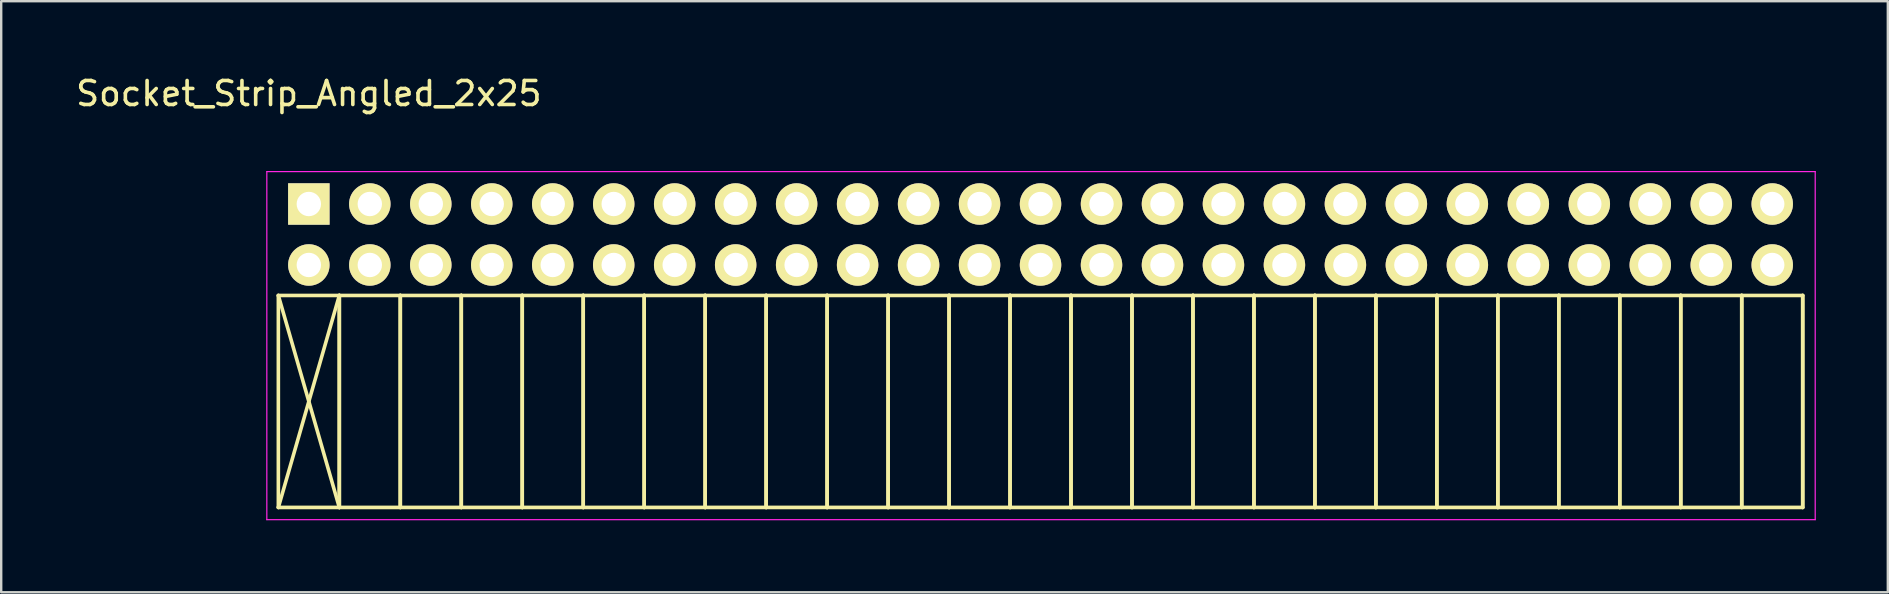
<source format=kicad_pcb>
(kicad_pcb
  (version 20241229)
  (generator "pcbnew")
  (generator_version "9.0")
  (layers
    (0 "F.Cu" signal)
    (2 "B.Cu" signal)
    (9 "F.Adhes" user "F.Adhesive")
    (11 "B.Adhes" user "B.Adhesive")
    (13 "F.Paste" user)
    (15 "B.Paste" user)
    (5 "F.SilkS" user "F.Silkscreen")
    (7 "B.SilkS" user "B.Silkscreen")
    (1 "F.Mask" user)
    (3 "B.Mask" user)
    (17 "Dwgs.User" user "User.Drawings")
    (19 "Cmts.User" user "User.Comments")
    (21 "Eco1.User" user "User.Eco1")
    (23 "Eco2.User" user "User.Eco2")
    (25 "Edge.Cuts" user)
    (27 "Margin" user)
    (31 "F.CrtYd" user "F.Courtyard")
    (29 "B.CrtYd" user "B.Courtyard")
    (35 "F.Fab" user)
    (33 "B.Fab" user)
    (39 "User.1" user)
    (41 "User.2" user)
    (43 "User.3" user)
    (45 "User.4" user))
  (footprint "Socket_Strip_Angled_2x25"
    (layer "F.Cu")
    (at 9.815 5.448)
    (property "Reference" "Socket_Strip_Angled_2x25" (at 0 -4.6 0) (layer "F.SilkS") (effects (font (size 1 1) (thickness 0.15))))
    (attr through_hole)
    (fp_line (start -1.27 3.81) (end -1.27 12.64) (stroke (width 0.15) (type solid)) (layer "F.SilkS"))
    (fp_line (start -1.27 3.81) (end 1.27 3.81) (stroke (width 0.15) (type solid)) (layer "F.SilkS"))
    (fp_line (start -1.27 3.81) (end 1.27 12.64) (stroke (width 0.15) (type solid)) (layer "F.SilkS"))
    (fp_line (start -1.27 12.64) (end 1.27 3.81) (stroke (width 0.15) (type solid)) (layer "F.SilkS"))
    (fp_line (start -1.27 12.64) (end 1.27 12.64) (stroke (width 0.15) (type solid)) (layer "F.SilkS"))
    (fp_line (start 1.27 3.81) (end 1.27 12.64) (stroke (width 0.15) (type solid)) (layer "F.SilkS"))
    (fp_line (start 1.27 3.81) (end 3.81 3.81) (stroke (width 0.15) (type solid)) (layer "F.SilkS"))
    (fp_line (start 1.27 12.64) (end 1.27 3.81) (stroke (width 0.15) (type solid)) (layer "F.SilkS"))
    (fp_line (start 1.27 12.64) (end 3.81 12.64) (stroke (width 0.15) (type solid)) (layer "F.SilkS"))
    (fp_line (start 3.81 3.81) (end 3.81 12.64) (stroke (width 0.15) (type solid)) (layer "F.SilkS"))
    (fp_line (start 3.81 3.81) (end 6.35 3.81) (stroke (width 0.15) (type solid)) (layer "F.SilkS"))
    (fp_line (start 3.81 12.64) (end 3.81 3.81) (stroke (width 0.15) (type solid)) (layer "F.SilkS"))
    (fp_line (start 3.81 12.64) (end 6.35 12.64) (stroke (width 0.15) (type solid)) (layer "F.SilkS"))
    (fp_line (start 6.35 3.81) (end 6.35 12.64) (stroke (width 0.15) (type solid)) (layer "F.SilkS"))
    (fp_line (start 6.35 3.81) (end 8.89 3.81) (stroke (width 0.15) (type solid)) (layer "F.SilkS"))
    (fp_line (start 6.35 12.64) (end 6.35 3.81) (stroke (width 0.15) (type solid)) (layer "F.SilkS"))
    (fp_line (start 6.35 12.64) (end 8.89 12.64) (stroke (width 0.15) (type solid)) (layer "F.SilkS"))
    (fp_line (start 8.89 3.81) (end 8.89 12.64) (stroke (width 0.15) (type solid)) (layer "F.SilkS"))
    (fp_line (start 8.89 3.81) (end 11.43 3.81) (stroke (width 0.15) (type solid)) (layer "F.SilkS"))
    (fp_line (start 8.89 12.64) (end 8.89 3.81) (stroke (width 0.15) (type solid)) (layer "F.SilkS"))
    (fp_line (start 8.89 12.64) (end 11.43 12.64) (stroke (width 0.15) (type solid)) (layer "F.SilkS"))
    (fp_line (start 11.43 3.81) (end 11.43 12.64) (stroke (width 0.15) (type solid)) (layer "F.SilkS"))
    (fp_line (start 11.43 3.81) (end 13.97 3.81) (stroke (width 0.15) (type solid)) (layer "F.SilkS"))
    (fp_line (start 11.43 12.64) (end 11.43 3.81) (stroke (width 0.15) (type solid)) (layer "F.SilkS"))
    (fp_line (start 11.43 12.64) (end 13.97 12.64) (stroke (width 0.15) (type solid)) (layer "F.SilkS"))
    (fp_line (start 13.97 3.81) (end 13.97 12.64) (stroke (width 0.15) (type solid)) (layer "F.SilkS"))
    (fp_line (start 13.97 3.81) (end 16.51 3.81) (stroke (width 0.15) (type solid)) (layer "F.SilkS"))
    (fp_line (start 13.97 12.64) (end 13.97 3.81) (stroke (width 0.15) (type solid)) (layer "F.SilkS"))
    (fp_line (start 13.97 12.64) (end 16.51 12.64) (stroke (width 0.15) (type solid)) (layer "F.SilkS"))
    (fp_line (start 16.51 3.81) (end 16.51 12.64) (stroke (width 0.15) (type solid)) (layer "F.SilkS"))
    (fp_line (start 16.51 3.81) (end 19.05 3.81) (stroke (width 0.15) (type solid)) (layer "F.SilkS"))
    (fp_line (start 16.51 12.64) (end 16.51 3.81) (stroke (width 0.15) (type solid)) (layer "F.SilkS"))
    (fp_line (start 16.51 12.64) (end 19.05 12.64) (stroke (width 0.15) (type solid)) (layer "F.SilkS"))
    (fp_line (start 19.05 3.81) (end 19.05 12.64) (stroke (width 0.15) (type solid)) (layer "F.SilkS"))
    (fp_line (start 19.05 3.81) (end 21.59 3.81) (stroke (width 0.15) (type solid)) (layer "F.SilkS"))
    (fp_line (start 19.05 12.64) (end 19.05 3.81) (stroke (width 0.15) (type solid)) (layer "F.SilkS"))
    (fp_line (start 19.05 12.64) (end 21.59 12.64) (stroke (width 0.15) (type solid)) (layer "F.SilkS"))
    (fp_line (start 21.59 3.81) (end 21.59 12.64) (stroke (width 0.15) (type solid)) (layer "F.SilkS"))
    (fp_line (start 21.59 3.81) (end 24.13 3.81) (stroke (width 0.15) (type solid)) (layer "F.SilkS"))
    (fp_line (start 21.59 12.64) (end 21.59 3.81) (stroke (width 0.15) (type solid)) (layer "F.SilkS"))
    (fp_line (start 21.59 12.64) (end 24.13 12.64) (stroke (width 0.15) (type solid)) (layer "F.SilkS"))
    (fp_line (start 24.13 3.81) (end 24.13 12.64) (stroke (width 0.15) (type solid)) (layer "F.SilkS"))
    (fp_line (start 24.13 3.81) (end 26.67 3.81) (stroke (width 0.15) (type solid)) (layer "F.SilkS"))
    (fp_line (start 24.13 12.64) (end 24.13 3.81) (stroke (width 0.15) (type solid)) (layer "F.SilkS"))
    (fp_line (start 24.13 12.64) (end 26.67 12.64) (stroke (width 0.15) (type solid)) (layer "F.SilkS"))
    (fp_line (start 26.67 3.81) (end 26.67 12.64) (stroke (width 0.15) (type solid)) (layer "F.SilkS"))
    (fp_line (start 26.67 3.81) (end 29.21 3.81) (stroke (width 0.15) (type solid)) (layer "F.SilkS"))
    (fp_line (start 26.67 12.64) (end 26.67 3.81) (stroke (width 0.15) (type solid)) (layer "F.SilkS"))
    (fp_line (start 26.67 12.64) (end 29.21 12.64) (stroke (width 0.15) (type solid)) (layer "F.SilkS"))
    (fp_line (start 29.21 3.81) (end 29.21 12.64) (stroke (width 0.15) (type solid)) (layer "F.SilkS"))
    (fp_line (start 29.21 3.81) (end 31.75 3.81) (stroke (width 0.15) (type solid)) (layer "F.SilkS"))
    (fp_line (start 29.21 12.64) (end 29.21 3.81) (stroke (width 0.15) (type solid)) (layer "F.SilkS"))
    (fp_line (start 29.21 12.64) (end 31.75 12.64) (stroke (width 0.15) (type solid)) (layer "F.SilkS"))
    (fp_line (start 31.75 3.81) (end 31.75 12.64) (stroke (width 0.15) (type solid)) (layer "F.SilkS"))
    (fp_line (start 31.75 3.81) (end 34.29 3.81) (stroke (width 0.15) (type solid)) (layer "F.SilkS"))
    (fp_line (start 31.75 12.64) (end 31.75 3.81) (stroke (width 0.15) (type solid)) (layer "F.SilkS"))
    (fp_line (start 31.75 12.64) (end 34.29 12.64) (stroke (width 0.15) (type solid)) (layer "F.SilkS"))
    (fp_line (start 34.29 3.81) (end 34.29 12.64) (stroke (width 0.15) (type solid)) (layer "F.SilkS"))
    (fp_line (start 34.29 3.81) (end 36.83 3.81) (stroke (width 0.15) (type solid)) (layer "F.SilkS"))
    (fp_line (start 34.29 12.64) (end 34.29 3.81) (stroke (width 0.15) (type solid)) (layer "F.SilkS"))
    (fp_line (start 34.29 12.64) (end 36.83 12.64) (stroke (width 0.15) (type solid)) (layer "F.SilkS"))
    (fp_line (start 36.83 3.81) (end 36.83 12.64) (stroke (width 0.15) (type solid)) (layer "F.SilkS"))
    (fp_line (start 36.83 3.81) (end 39.37 3.81) (stroke (width 0.15) (type solid)) (layer "F.SilkS"))
    (fp_line (start 36.83 12.64) (end 36.83 3.81) (stroke (width 0.15) (type solid)) (layer "F.SilkS"))
    (fp_line (start 36.83 12.64) (end 39.37 12.64) (stroke (width 0.15) (type solid)) (layer "F.SilkS"))
    (fp_line (start 39.37 3.81) (end 39.37 12.64) (stroke (width 0.15) (type solid)) (layer "F.SilkS"))
    (fp_line (start 39.37 3.81) (end 41.91 3.81) (stroke (width 0.15) (type solid)) (layer "F.SilkS"))
    (fp_line (start 39.37 12.64) (end 39.37 3.81) (stroke (width 0.15) (type solid)) (layer "F.SilkS"))
    (fp_line (start 39.37 12.64) (end 41.91 12.64) (stroke (width 0.15) (type solid)) (layer "F.SilkS"))
    (fp_line (start 41.91 3.81) (end 41.91 12.64) (stroke (width 0.15) (type solid)) (layer "F.SilkS"))
    (fp_line (start 41.91 3.81) (end 44.45 3.81) (stroke (width 0.15) (type solid)) (layer "F.SilkS"))
    (fp_line (start 41.91 12.64) (end 41.91 3.81) (stroke (width 0.15) (type solid)) (layer "F.SilkS"))
    (fp_line (start 41.91 12.64) (end 44.45 12.64) (stroke (width 0.15) (type solid)) (layer "F.SilkS"))
    (fp_line (start 44.45 3.81) (end 44.45 12.64) (stroke (width 0.15) (type solid)) (layer "F.SilkS"))
    (fp_line (start 44.45 3.81) (end 46.99 3.81) (stroke (width 0.15) (type solid)) (layer "F.SilkS"))
    (fp_line (start 44.45 12.64) (end 44.45 3.81) (stroke (width 0.15) (type solid)) (layer "F.SilkS"))
    (fp_line (start 44.45 12.64) (end 46.99 12.64) (stroke (width 0.15) (type solid)) (layer "F.SilkS"))
    (fp_line (start 46.99 3.81) (end 46.99 12.64) (stroke (width 0.15) (type solid)) (layer "F.SilkS"))
    (fp_line (start 46.99 3.81) (end 49.53 3.81) (stroke (width 0.15) (type solid)) (layer "F.SilkS"))
    (fp_line (start 46.99 12.64) (end 46.99 3.81) (stroke (width 0.15) (type solid)) (layer "F.SilkS"))
    (fp_line (start 46.99 12.64) (end 49.53 12.64) (stroke (width 0.15) (type solid)) (layer "F.SilkS"))
    (fp_line (start 49.53 3.81) (end 49.53 12.64) (stroke (width 0.15) (type solid)) (layer "F.SilkS"))
    (fp_line (start 49.53 3.81) (end 52.07 3.81) (stroke (width 0.15) (type solid)) (layer "F.SilkS"))
    (fp_line (start 49.53 12.64) (end 49.53 3.81) (stroke (width 0.15) (type solid)) (layer "F.SilkS"))
    (fp_line (start 49.53 12.64) (end 52.07 12.64) (stroke (width 0.15) (type solid)) (layer "F.SilkS"))
    (fp_line (start 52.07 3.81) (end 52.07 12.64) (stroke (width 0.15) (type solid)) (layer "F.SilkS"))
    (fp_line (start 52.07 3.81) (end 54.61 3.81) (stroke (width 0.15) (type solid)) (layer "F.SilkS"))
    (fp_line (start 52.07 12.64) (end 52.07 3.81) (stroke (width 0.15) (type solid)) (layer "F.SilkS"))
    (fp_line (start 52.07 12.64) (end 54.61 12.64) (stroke (width 0.15) (type solid)) (layer "F.SilkS"))
    (fp_line (start 54.61 3.81) (end 54.61 12.64) (stroke (width 0.15) (type solid)) (layer "F.SilkS"))
    (fp_line (start 54.61 3.81) (end 57.15 3.81) (stroke (width 0.15) (type solid)) (layer "F.SilkS"))
    (fp_line (start 54.61 12.64) (end 54.61 3.81) (stroke (width 0.15) (type solid)) (layer "F.SilkS"))
    (fp_line (start 54.61 12.64) (end 57.15 12.64) (stroke (width 0.15) (type solid)) (layer "F.SilkS"))
    (fp_line (start 57.15 3.81) (end 57.15 12.64) (stroke (width 0.15) (type solid)) (layer "F.SilkS"))
    (fp_line (start 57.15 3.81) (end 59.69 3.81) (stroke (width 0.15) (type solid)) (layer "F.SilkS"))
    (fp_line (start 57.15 12.64) (end 57.15 3.81) (stroke (width 0.15) (type solid)) (layer "F.SilkS"))
    (fp_line (start 57.15 12.64) (end 59.69 12.64) (stroke (width 0.15) (type solid)) (layer "F.SilkS"))
    (fp_line (start 59.69 3.81) (end 59.69 12.64) (stroke (width 0.15) (type solid)) (layer "F.SilkS"))
    (fp_line (start 59.69 3.81) (end 62.23 3.81) (stroke (width 0.15) (type solid)) (layer "F.SilkS"))
    (fp_line (start 59.69 12.64) (end 59.69 3.81) (stroke (width 0.15) (type solid)) (layer "F.SilkS"))
    (fp_line (start 59.69 12.64) (end 62.23 12.64) (stroke (width 0.15) (type solid)) (layer "F.SilkS"))
    (fp_line (start 62.23 3.81) (end 62.23 12.64) (stroke (width 0.15) (type solid)) (layer "F.SilkS"))
    (fp_line (start 62.23 12.64) (end 62.23 3.81) (stroke (width 0.15) (type solid)) (layer "F.SilkS"))
    (fp_line (start -1.75 -1.35) (end -1.75 13.15) (stroke (width 0.05) (type solid)) (layer "F.CrtYd"))
    (fp_line (start -1.75 -1.35) (end 62.75 -1.35) (stroke (width 0.05) (type solid)) (layer "F.CrtYd"))
    (fp_line (start -1.75 13.15) (end 62.75 13.15) (stroke (width 0.05) (type solid)) (layer "F.CrtYd"))
    (fp_line (start 62.75 -1.35) (end 62.75 13.15) (stroke (width 0.05) (type solid)) (layer "F.CrtYd"))
    (pad "1" thru_hole rect (at 0 0) (size 1.727 1.727) (drill 1.016) (layers "*.Cu" "*.Mask" "F.SilkS"))
    (pad "2" thru_hole oval (at 0 2.54) (size 1.727 1.727) (drill 1.016) (layers "*.Cu" "*.Mask" "F.SilkS"))
    (pad "3" thru_hole oval (at 2.54 0) (size 1.727 1.727) (drill 1.016) (layers "*.Cu" "*.Mask" "F.SilkS"))
    (pad "4" thru_hole oval (at 2.54 2.54) (size 1.727 1.727) (drill 1.016) (layers "*.Cu" "*.Mask" "F.SilkS"))
    (pad "5" thru_hole oval (at 5.08 0) (size 1.727 1.727) (drill 1.016) (layers "*.Cu" "*.Mask" "F.SilkS"))
    (pad "6" thru_hole oval (at 5.08 2.54) (size 1.727 1.727) (drill 1.016) (layers "*.Cu" "*.Mask" "F.SilkS"))
    (pad "7" thru_hole oval (at 7.62 0) (size 1.727 1.727) (drill 1.016) (layers "*.Cu" "*.Mask" "F.SilkS"))
    (pad "8" thru_hole oval (at 7.62 2.54) (size 1.727 1.727) (drill 1.016) (layers "*.Cu" "*.Mask" "F.SilkS"))
    (pad "9" thru_hole oval (at 10.16 0) (size 1.727 1.727) (drill 1.016) (layers "*.Cu" "*.Mask" "F.SilkS"))
    (pad "10" thru_hole oval (at 10.16 2.54) (size 1.727 1.727) (drill 1.016) (layers "*.Cu" "*.Mask" "F.SilkS"))
    (pad "11" thru_hole oval (at 12.7 0) (size 1.727 1.727) (drill 1.016) (layers "*.Cu" "*.Mask" "F.SilkS"))
    (pad "12" thru_hole oval (at 12.7 2.54) (size 1.727 1.727) (drill 1.016) (layers "*.Cu" "*.Mask" "F.SilkS"))
    (pad "13" thru_hole oval (at 15.24 0) (size 1.727 1.727) (drill 1.016) (layers "*.Cu" "*.Mask" "F.SilkS"))
    (pad "14" thru_hole oval (at 15.24 2.54) (size 1.727 1.727) (drill 1.016) (layers "*.Cu" "*.Mask" "F.SilkS"))
    (pad "15" thru_hole oval (at 17.78 0) (size 1.727 1.727) (drill 1.016) (layers "*.Cu" "*.Mask" "F.SilkS"))
    (pad "16" thru_hole oval (at 17.78 2.54) (size 1.727 1.727) (drill 1.016) (layers "*.Cu" "*.Mask" "F.SilkS"))
    (pad "17" thru_hole oval (at 20.32 0) (size 1.727 1.727) (drill 1.016) (layers "*.Cu" "*.Mask" "F.SilkS"))
    (pad "18" thru_hole oval (at 20.32 2.54) (size 1.727 1.727) (drill 1.016) (layers "*.Cu" "*.Mask" "F.SilkS"))
    (pad "19" thru_hole oval (at 22.86 0) (size 1.727 1.727) (drill 1.016) (layers "*.Cu" "*.Mask" "F.SilkS"))
    (pad "20" thru_hole oval (at 22.86 2.54) (size 1.727 1.727) (drill 1.016) (layers "*.Cu" "*.Mask" "F.SilkS"))
    (pad "21" thru_hole oval (at 25.4 0) (size 1.727 1.727) (drill 1.016) (layers "*.Cu" "*.Mask" "F.SilkS"))
    (pad "22" thru_hole oval (at 25.4 2.54) (size 1.727 1.727) (drill 1.016) (layers "*.Cu" "*.Mask" "F.SilkS"))
    (pad "23" thru_hole oval (at 27.94 0) (size 1.727 1.727) (drill 1.016) (layers "*.Cu" "*.Mask" "F.SilkS"))
    (pad "24" thru_hole oval (at 27.94 2.54) (size 1.727 1.727) (drill 1.016) (layers "*.Cu" "*.Mask" "F.SilkS"))
    (pad "25" thru_hole oval (at 30.48 0) (size 1.727 1.727) (drill 1.016) (layers "*.Cu" "*.Mask" "F.SilkS"))
    (pad "26" thru_hole oval (at 30.48 2.54) (size 1.727 1.727) (drill 1.016) (layers "*.Cu" "*.Mask" "F.SilkS"))
    (pad "27" thru_hole oval (at 33.02 0) (size 1.727 1.727) (drill 1.016) (layers "*.Cu" "*.Mask" "F.SilkS"))
    (pad "28" thru_hole oval (at 33.02 2.54) (size 1.727 1.727) (drill 1.016) (layers "*.Cu" "*.Mask" "F.SilkS"))
    (pad "29" thru_hole oval (at 35.56 0) (size 1.727 1.727) (drill 1.016) (layers "*.Cu" "*.Mask" "F.SilkS"))
    (pad "30" thru_hole oval (at 35.56 2.54) (size 1.727 1.727) (drill 1.016) (layers "*.Cu" "*.Mask" "F.SilkS"))
    (pad "31" thru_hole oval (at 38.1 0) (size 1.727 1.727) (drill 1.016) (layers "*.Cu" "*.Mask" "F.SilkS"))
    (pad "32" thru_hole oval (at 38.1 2.54) (size 1.727 1.727) (drill 1.016) (layers "*.Cu" "*.Mask" "F.SilkS"))
    (pad "33" thru_hole oval (at 40.64 0) (size 1.727 1.727) (drill 1.016) (layers "*.Cu" "*.Mask" "F.SilkS"))
    (pad "34" thru_hole oval (at 40.64 2.54) (size 1.727 1.727) (drill 1.016) (layers "*.Cu" "*.Mask" "F.SilkS"))
    (pad "35" thru_hole oval (at 43.18 0) (size 1.727 1.727) (drill 1.016) (layers "*.Cu" "*.Mask" "F.SilkS"))
    (pad "36" thru_hole oval (at 43.18 2.54) (size 1.727 1.727) (drill 1.016) (layers "*.Cu" "*.Mask" "F.SilkS"))
    (pad "37" thru_hole oval (at 45.72 0) (size 1.727 1.727) (drill 1.016) (layers "*.Cu" "*.Mask" "F.SilkS"))
    (pad "38" thru_hole oval (at 45.72 2.54) (size 1.727 1.727) (drill 1.016) (layers "*.Cu" "*.Mask" "F.SilkS"))
    (pad "39" thru_hole oval (at 48.26 0) (size 1.727 1.727) (drill 1.016) (layers "*.Cu" "*.Mask" "F.SilkS"))
    (pad "40" thru_hole oval (at 48.26 2.54) (size 1.727 1.727) (drill 1.016) (layers "*.Cu" "*.Mask" "F.SilkS"))
    (pad "41" thru_hole oval (at 50.8 0) (size 1.727 1.727) (drill 1.016) (layers "*.Cu" "*.Mask" "F.SilkS"))
    (pad "42" thru_hole oval (at 50.8 2.54) (size 1.727 1.727) (drill 1.016) (layers "*.Cu" "*.Mask" "F.SilkS"))
    (pad "43" thru_hole oval (at 53.34 0) (size 1.727 1.727) (drill 1.016) (layers "*.Cu" "*.Mask" "F.SilkS"))
    (pad "44" thru_hole oval (at 53.34 2.54) (size 1.727 1.727) (drill 1.016) (layers "*.Cu" "*.Mask" "F.SilkS"))
    (pad "45" thru_hole oval (at 55.88 0) (size 1.727 1.727) (drill 1.016) (layers "*.Cu" "*.Mask" "F.SilkS"))
    (pad "46" thru_hole oval (at 55.88 2.54) (size 1.727 1.727) (drill 1.016) (layers "*.Cu" "*.Mask" "F.SilkS"))
    (pad "47" thru_hole oval (at 58.42 0) (size 1.727 1.727) (drill 1.016) (layers "*.Cu" "*.Mask" "F.SilkS"))
    (pad "48" thru_hole oval (at 58.42 2.54) (size 1.727 1.727) (drill 1.016) (layers "*.Cu" "*.Mask" "F.SilkS"))
    (pad "49" thru_hole oval (at 60.96 0) (size 1.727 1.727) (drill 1.016) (layers "*.Cu" "*.Mask" "F.SilkS"))
    (pad "50" thru_hole oval (at 60.96 2.54) (size 1.727 1.727) (drill 1.016) (layers "*.Cu" "*.Mask" "F.SilkS")))
  (gr_rect
    (start -3 -3)
    (end 75.59 21.623)
    (stroke (width 0.1) (type default))
    (fill no)
    (layer "Edge.Cuts")))
</source>
